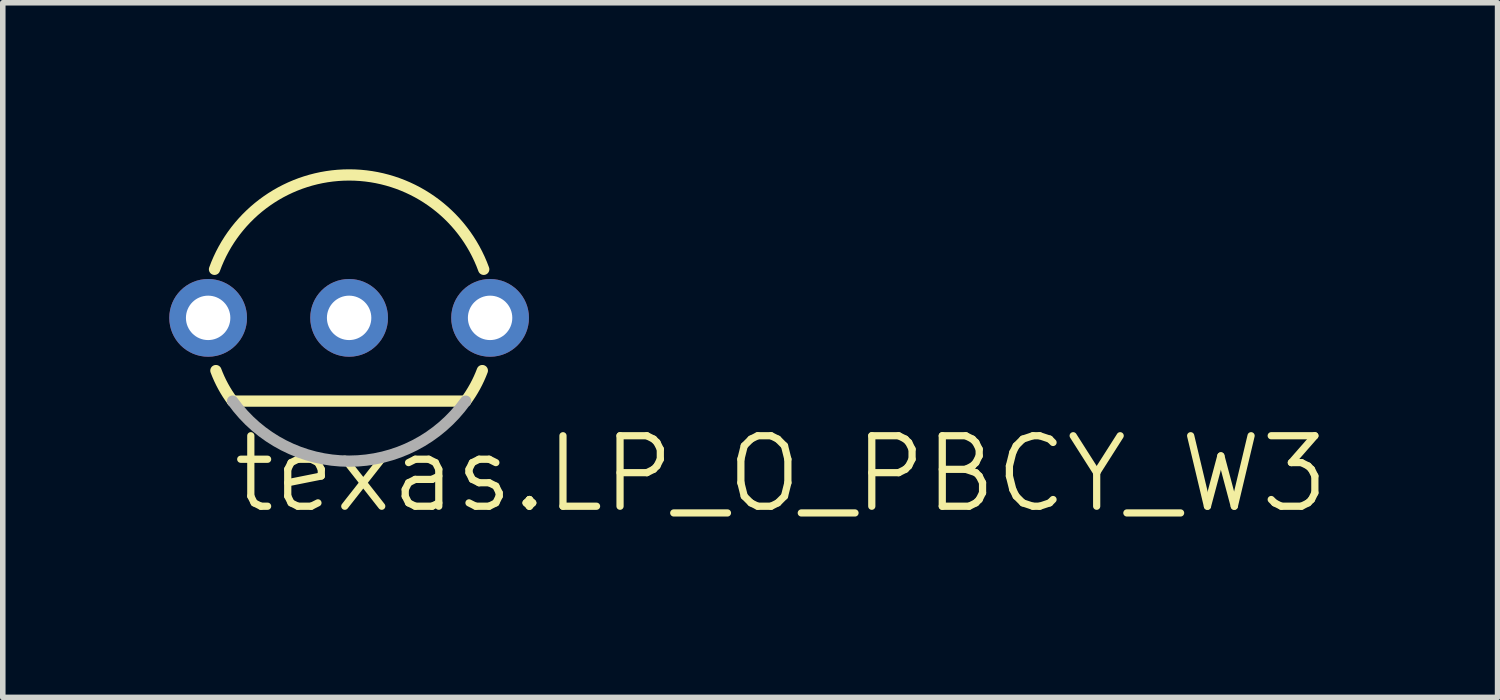
<source format=kicad_pcb>
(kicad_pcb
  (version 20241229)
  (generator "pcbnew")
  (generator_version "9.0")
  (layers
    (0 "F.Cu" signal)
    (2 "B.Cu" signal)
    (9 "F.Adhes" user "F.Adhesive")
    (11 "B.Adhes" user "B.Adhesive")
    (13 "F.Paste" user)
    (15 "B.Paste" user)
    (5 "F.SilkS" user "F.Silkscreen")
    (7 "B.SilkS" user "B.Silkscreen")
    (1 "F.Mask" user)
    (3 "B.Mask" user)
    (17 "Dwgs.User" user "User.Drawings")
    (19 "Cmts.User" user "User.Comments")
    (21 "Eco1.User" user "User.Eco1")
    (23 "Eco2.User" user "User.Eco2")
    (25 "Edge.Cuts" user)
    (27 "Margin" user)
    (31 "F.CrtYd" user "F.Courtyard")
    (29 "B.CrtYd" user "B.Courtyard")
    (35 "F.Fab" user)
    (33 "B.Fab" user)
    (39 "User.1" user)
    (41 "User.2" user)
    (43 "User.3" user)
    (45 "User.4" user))
  (footprint "texas.LP_O_PBCY_W3"
    (layer "F.Cu")
    (at 3.24 2.677)
    (property "Reference" "texas.LP_O_PBCY_W3" (at -2.159 3.556 0) (layer "F.SilkS") (effects (font (size 1.27 1.27) (thickness 0.13)) (justify left bottom)))
    (attr through_hole)
    (fp_line (start -2.1 1.5) (end 2.1 1.5) (stroke (width 0.203) (type default)) (layer "F.SilkS"))
    (fp_arc (start -2.425 -0.875) (mid 0 -2.574997) (end 2.425 -0.875) (stroke (width 0.2032) (type default)) (layer "F.SilkS"))
    (fp_arc (start -2.1 1.5) (mid -2.269296 1.235525) (end -2.4 0.95) (stroke (width 0.2032) (type default)) (layer "F.SilkS"))
    (fp_arc (start 2.4 0.95) (mid 2.269296 1.235525) (end 2.1 1.5) (stroke (width 0.2032) (type default)) (layer "F.SilkS"))
    (fp_arc (start 2.1 1.5) (mid 0 2.581703) (end -2.1 1.5) (stroke (width 0.2032) (type default)) (layer "F.Fab"))
    (pad "1" thru_hole circle (at -2.54 0) (size 1.4 1.4) (drill 0.8) (layers "*.Cu" "*.Mask"))
    (pad "2" thru_hole circle (at 0 0) (size 1.4 1.4) (drill 0.8) (layers "*.Cu" "*.Mask"))
    (pad "3" thru_hole circle (at 2.54 0) (size 1.4 1.4) (drill 0.8) (layers "*.Cu" "*.Mask")))
  (gr_rect
    (start -3 -3)
    (end 23.932 9.515)
    (stroke (width 0.1) (type default))
    (fill no)
    (layer "Edge.Cuts")))
</source>
